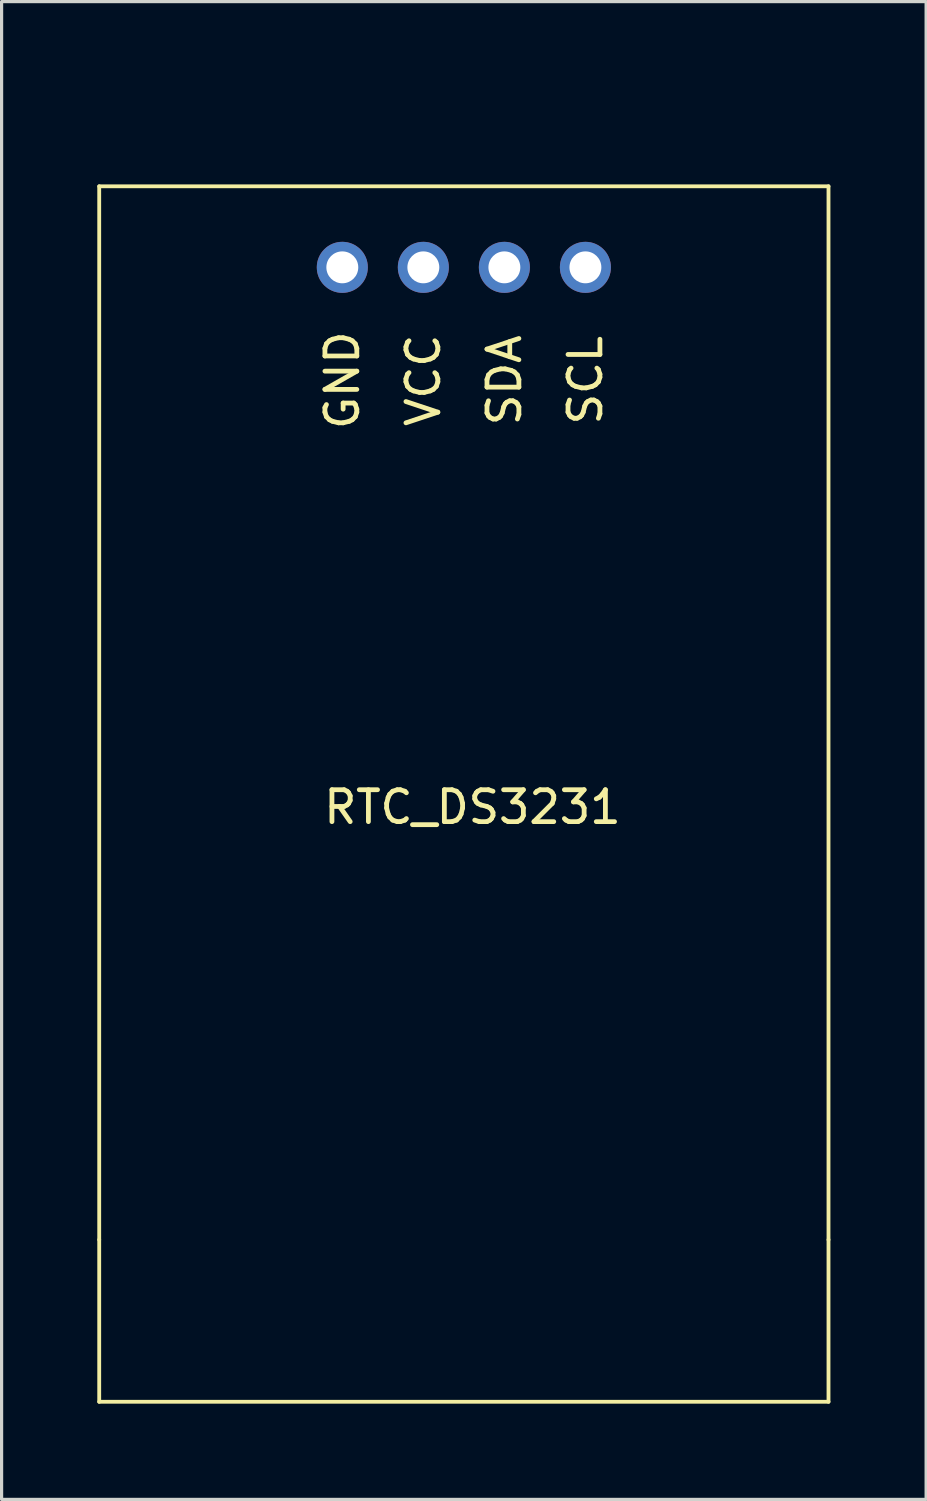
<source format=kicad_pcb>
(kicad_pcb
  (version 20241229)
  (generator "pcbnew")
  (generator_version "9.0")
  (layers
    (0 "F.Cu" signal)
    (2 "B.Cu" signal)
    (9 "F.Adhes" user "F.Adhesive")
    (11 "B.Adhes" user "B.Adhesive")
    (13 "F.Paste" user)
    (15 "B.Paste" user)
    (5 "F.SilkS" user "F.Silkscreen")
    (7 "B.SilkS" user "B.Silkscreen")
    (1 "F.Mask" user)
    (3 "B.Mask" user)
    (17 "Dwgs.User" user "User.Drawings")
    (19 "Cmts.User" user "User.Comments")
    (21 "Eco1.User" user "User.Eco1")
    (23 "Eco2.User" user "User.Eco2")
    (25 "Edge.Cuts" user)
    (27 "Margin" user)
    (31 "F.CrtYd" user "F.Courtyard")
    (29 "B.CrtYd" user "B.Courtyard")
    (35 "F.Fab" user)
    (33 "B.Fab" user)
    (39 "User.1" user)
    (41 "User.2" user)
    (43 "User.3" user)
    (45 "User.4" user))
  (footprint "RTC_DS3231"
    (layer "F.Cu")
    (at 12.76 0.25)
    (property "Reference" "RTC_DS3231" (at -1 22 0) (layer "F.SilkS") (effects (font (size 1 1) (thickness 0.15))))
    (attr through_hole)
    (fp_line (start -12.7 2.54) (end 10.16 2.54) (stroke (width 0.12) (type solid)) (layer "F.SilkS"))
    (fp_line (start -12.7 35.56) (end -12.7 2.54) (stroke (width 0.12) (type solid)) (layer "F.SilkS"))
    (fp_line (start -12.7 35.56) (end -12.7 40.64) (stroke (width 0.12) (type solid)) (layer "F.SilkS"))
    (fp_line (start -12.7 40.64) (end 10.16 40.64) (stroke (width 0.12) (type solid)) (layer "F.SilkS"))
    (fp_line (start 10.16 2.54) (end 10.16 35.56) (stroke (width 0.12) (type solid)) (layer "F.SilkS"))
    (fp_line (start 10.16 40.64) (end 10.16 35.56) (stroke (width 0.12) (type solid)) (layer "F.SilkS"))
    (fp_text user "SDA" (at 0 8.62 90) (layer "F.SilkS") (effects (font (size 1 1) (thickness 0.15))))
    (fp_text user "SCL" (at 2.54 8.62 90) (layer "F.SilkS") (effects (font (size 1 1) (thickness 0.15))))
    (fp_text user "GND" (at -5.08 8.62 90) (layer "F.SilkS") (effects (font (size 1 1) (thickness 0.15))))
    (fp_text user "VCC" (at -2.54 8.62 90) (layer "F.SilkS") (effects (font (size 1 1) (thickness 0.15))))
    (pad "1" thru_hole circle (at -5.08 5.08) (size 1.6 1.6) (drill 1) (layers "*.Cu" "*.Mask"))
    (pad "2" thru_hole circle (at -2.54 5.08) (size 1.6 1.6) (drill 1) (layers "*.Cu" "*.Mask"))
    (pad "3" thru_hole circle (at 0 5.08) (size 1.6 1.6) (drill 1) (layers "*.Cu" "*.Mask"))
    (pad "4" thru_hole circle (at 2.54 5.08) (size 1.6 1.6) (drill 1) (layers "*.Cu" "*.Mask")))
  (gr_rect
    (start -3 -3)
    (end 25.98 43.95)
    (stroke (width 0.1) (type default))
    (fill no)
    (layer "Edge.Cuts")))
</source>
